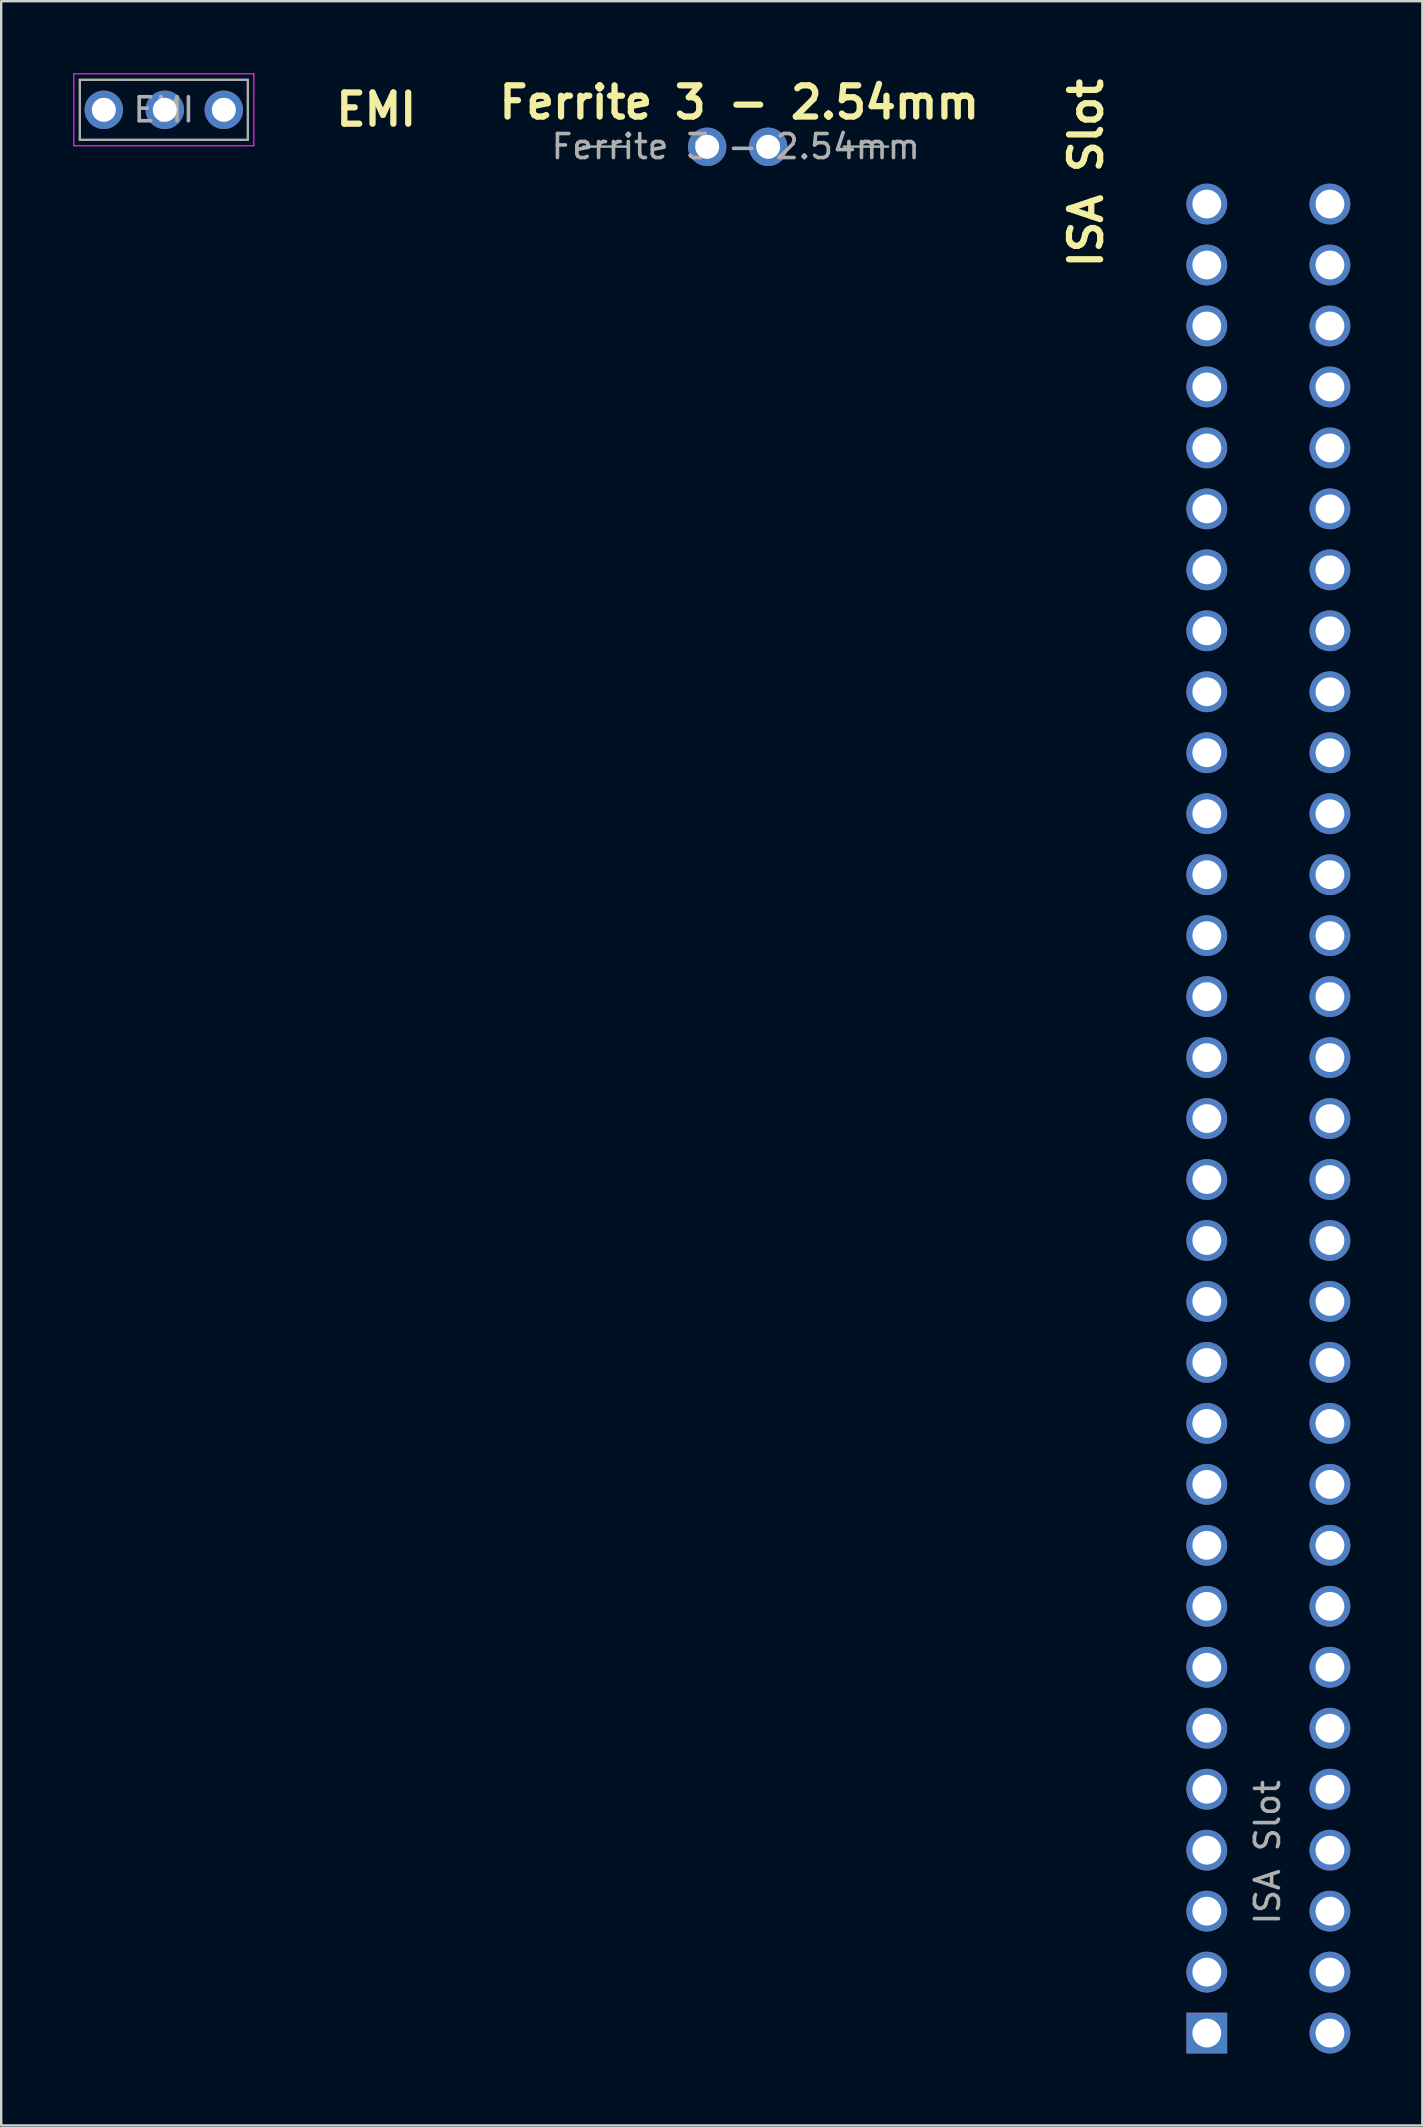
<source format=kicad_pcb>
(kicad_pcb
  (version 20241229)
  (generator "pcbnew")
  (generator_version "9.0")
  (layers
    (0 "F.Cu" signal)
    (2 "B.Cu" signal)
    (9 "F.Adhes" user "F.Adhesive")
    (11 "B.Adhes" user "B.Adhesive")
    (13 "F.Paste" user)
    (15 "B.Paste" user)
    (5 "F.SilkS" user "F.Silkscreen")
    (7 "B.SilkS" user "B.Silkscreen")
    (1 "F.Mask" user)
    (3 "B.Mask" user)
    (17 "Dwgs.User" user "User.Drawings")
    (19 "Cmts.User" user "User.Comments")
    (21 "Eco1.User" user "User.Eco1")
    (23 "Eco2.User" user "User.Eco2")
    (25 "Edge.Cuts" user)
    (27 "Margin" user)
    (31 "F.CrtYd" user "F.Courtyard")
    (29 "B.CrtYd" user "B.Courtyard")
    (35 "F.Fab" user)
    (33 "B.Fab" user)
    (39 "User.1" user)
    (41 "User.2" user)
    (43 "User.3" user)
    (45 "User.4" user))
  (footprint "EMI"
    (layer "F.Cu")
    (at 3.835 1.495)
    (property "Reference" "EMI" (at 8.79 0.02 0) (layer "F.SilkS") (effects (font (size 1.3 1.3) (thickness 0.26) (bold yes))))
    (attr through_hole)
    (fp_line (start -3.81 -1.47) (end -3.81 1.53) (stroke (width 0.05) (type solid)) (layer "F.CrtYd"))
    (fp_line (start -3.81 1.53) (end 3.69 1.53) (stroke (width 0.05) (type solid)) (layer "F.CrtYd"))
    (fp_line (start 3.69 -1.47) (end -3.81 -1.47) (stroke (width 0.05) (type solid)) (layer "F.CrtYd"))
    (fp_line (start 3.69 1.53) (end 3.69 -1.47) (stroke (width 0.05) (type solid)) (layer "F.CrtYd"))
    (fp_line (start -3.56 -1.22) (end -3.56 1.28) (stroke (width 0.1) (type solid)) (layer "F.Fab"))
    (fp_line (start -3.56 1.28) (end 3.44 1.28) (stroke (width 0.1) (type solid)) (layer "F.Fab"))
    (fp_line (start 3.44 -1.22) (end -3.56 -1.22) (stroke (width 0.1) (type solid)) (layer "F.Fab"))
    (fp_line (start 3.44 1.28) (end 3.44 -1.22) (stroke (width 0.1) (type solid)) (layer "F.Fab"))
    (fp_text user "${REFERENCE}" (at -0.06 0.03 0) (layer "F.Fab") (effects (font (size 1 1) (thickness 0.15))))
    (pad "1" thru_hole circle (at -2.56 0.03) (size 1.6 1.6) (drill 1) (layers "*.Cu" "*.Mask"))
    (pad "2" thru_hole circle (at -0.02 0.03) (size 1.6 1.6) (drill 1) (layers "*.Cu" "*.Mask"))
    (pad "3" thru_hole circle (at 2.44 0.03) (size 1.6 1.6) (drill 1) (layers "*.Cu" "*.Mask")))
  (footprint "Ferrite 3 - 2.54mm"
    (layer "F.Cu")
    (at 27.632 3.047)
    (property "Reference" "Ferrite 3 - 2.54mm" (at 0.12 -1.83 180) (layer "F.SilkS") (effects (font (size 1.3 1.3) (thickness 0.26) (bold yes))))
    (attr through_hole)
    (fp_line (start -6.38 0.01) (end -4.53 0.01) (stroke (width 0.1) (type solid)) (layer "F.Fab"))
    (fp_line (start 6.32 0.01) (end 4.47 0.01) (stroke (width 0.1) (type solid)) (layer "F.Fab"))
    (fp_text user "${REFERENCE}" (at -0.03 0.01 180) (layer "F.Fab") (effects (font (size 1 1) (thickness 0.15))))
    (pad "1" thru_hole circle (at -1.22 0.02) (size 1.6 1.6) (drill 1) (layers "*.Cu" "*.Mask"))
    (pad "2" thru_hole oval (at 1.32 0.02) (size 1.6 1.6) (drill 1) (layers "*.Cu" "*.Mask")))
  (footprint "ISA Slot"
    (layer "F.Cu")
    (at 47.136 5.49)
    (property "Reference" "ISA Slot" (at -4.94 -1.33 270) (layer "F.SilkS") (effects (font (size 1.3 1.3) (thickness 0.26) (bold yes))))
    (attr through_hole)
    (fp_text user "${REFERENCE}" (at 2.62 68.63 270) (layer "F.Fab") (effects (font (size 1 1) (thickness 0.15))))
    (pad "1" thru_hole oval (at 5.22 76.16) (size 1.7 1.7) (drill 1.2) (layers "*.Cu" "*.Mask"))
    (pad "2" thru_hole oval (at 5.22 73.62) (size 1.7 1.7) (drill 1.2) (layers "*.Cu" "*.Mask"))
    (pad "3" thru_hole oval (at 5.22 71.08) (size 1.7 1.7) (drill 1.2) (layers "*.Cu" "*.Mask"))
    (pad "4" thru_hole oval (at 5.22 68.54) (size 1.7 1.7) (drill 1.2) (layers "*.Cu" "*.Mask"))
    (pad "5" thru_hole oval (at 5.22 66) (size 1.7 1.7) (drill 1.2) (layers "*.Cu" "*.Mask"))
    (pad "6" thru_hole oval (at 5.22 63.46) (size 1.7 1.7) (drill 1.2) (layers "*.Cu" "*.Mask"))
    (pad "7" thru_hole oval (at 5.22 60.92) (size 1.7 1.7) (drill 1.2) (layers "*.Cu" "*.Mask"))
    (pad "8" thru_hole oval (at 5.22 58.38) (size 1.7 1.7) (drill 1.2) (layers "*.Cu" "*.Mask"))
    (pad "9" thru_hole oval (at 5.22 55.84) (size 1.7 1.7) (drill 1.2) (layers "*.Cu" "*.Mask"))
    (pad "10" thru_hole oval (at 5.22 53.3) (size 1.7 1.7) (drill 1.2) (layers "*.Cu" "*.Mask"))
    (pad "11" thru_hole oval (at 5.22 50.76) (size 1.7 1.7) (drill 1.2) (layers "*.Cu" "*.Mask"))
    (pad "12" thru_hole oval (at 5.22 48.22) (size 1.7 1.7) (drill 1.2) (layers "*.Cu" "*.Mask"))
    (pad "13" thru_hole oval (at 5.22 45.68) (size 1.7 1.7) (drill 1.2) (layers "*.Cu" "*.Mask"))
    (pad "14" thru_hole oval (at 5.22 43.14) (size 1.7 1.7) (drill 1.2) (layers "*.Cu" "*.Mask"))
    (pad "15" thru_hole oval (at 5.22 40.6) (size 1.7 1.7) (drill 1.2) (layers "*.Cu" "*.Mask"))
    (pad "16" thru_hole oval (at 5.22 38.06) (size 1.7 1.7) (drill 1.2) (layers "*.Cu" "*.Mask"))
    (pad "17" thru_hole oval (at 5.22 35.52) (size 1.7 1.7) (drill 1.2) (layers "*.Cu" "*.Mask"))
    (pad "18" thru_hole oval (at 5.22 32.98) (size 1.7 1.7) (drill 1.2) (layers "*.Cu" "*.Mask"))
    (pad "19" thru_hole oval (at 5.22 30.44) (size 1.7 1.7) (drill 1.2) (layers "*.Cu" "*.Mask"))
    (pad "20" thru_hole oval (at 5.22 27.9) (size 1.7 1.7) (drill 1.2) (layers "*.Cu" "*.Mask"))
    (pad "21" thru_hole oval (at 5.22 25.36) (size 1.7 1.7) (drill 1.2) (layers "*.Cu" "*.Mask"))
    (pad "22" thru_hole oval (at 5.22 22.82) (size 1.7 1.7) (drill 1.2) (layers "*.Cu" "*.Mask"))
    (pad "23" thru_hole oval (at 5.22 20.28) (size 1.7 1.7) (drill 1.2) (layers "*.Cu" "*.Mask"))
    (pad "24" thru_hole oval (at 5.22 17.74) (size 1.7 1.7) (drill 1.2) (layers "*.Cu" "*.Mask"))
    (pad "25" thru_hole oval (at 5.22 15.2) (size 1.7 1.7) (drill 1.2) (layers "*.Cu" "*.Mask"))
    (pad "26" thru_hole oval (at 5.22 12.66) (size 1.7 1.7) (drill 1.2) (layers "*.Cu" "*.Mask"))
    (pad "27" thru_hole oval (at 5.22 10.12) (size 1.7 1.7) (drill 1.2) (layers "*.Cu" "*.Mask"))
    (pad "28" thru_hole oval (at 5.22 7.58) (size 1.7 1.7) (drill 1.2) (layers "*.Cu" "*.Mask"))
    (pad "29" thru_hole oval (at 5.22 5.04) (size 1.7 1.7) (drill 1.2) (layers "*.Cu" "*.Mask"))
    (pad "30" thru_hole oval (at 5.22 2.5) (size 1.7 1.7) (drill 1.2) (layers "*.Cu" "*.Mask"))
    (pad "31" thru_hole oval (at 5.22 -0.04) (size 1.7 1.7) (drill 1.2) (layers "*.Cu" "*.Mask"))
    (pad "32" thru_hole rect (at 0.09 76.16) (size 1.7 1.7) (drill 1.2) (layers "*.Cu" "*.Mask"))
    (pad "33" thru_hole oval (at 0.09 73.62) (size 1.7 1.7) (drill 1.2) (layers "*.Cu" "*.Mask"))
    (pad "34" thru_hole oval (at 0.09 71.08) (size 1.7 1.7) (drill 1.2) (layers "*.Cu" "*.Mask"))
    (pad "35" thru_hole oval (at 0.09 68.54) (size 1.7 1.7) (drill 1.2) (layers "*.Cu" "*.Mask"))
    (pad "36" thru_hole oval (at 0.09 66) (size 1.7 1.7) (drill 1.2) (layers "*.Cu" "*.Mask"))
    (pad "37" thru_hole oval (at 0.09 63.46) (size 1.7 1.7) (drill 1.2) (layers "*.Cu" "*.Mask"))
    (pad "38" thru_hole oval (at 0.09 60.92) (size 1.7 1.7) (drill 1.2) (layers "*.Cu" "*.Mask"))
    (pad "39" thru_hole oval (at 0.09 58.38) (size 1.7 1.7) (drill 1.2) (layers "*.Cu" "*.Mask"))
    (pad "40" thru_hole oval (at 0.09 55.84) (size 1.7 1.7) (drill 1.2) (layers "*.Cu" "*.Mask"))
    (pad "41" thru_hole oval (at 0.09 53.3) (size 1.7 1.7) (drill 1.2) (layers "*.Cu" "*.Mask"))
    (pad "42" thru_hole oval (at 0.09 50.76) (size 1.7 1.7) (drill 1.2) (layers "*.Cu" "*.Mask"))
    (pad "43" thru_hole oval (at 0.09 48.22) (size 1.7 1.7) (drill 1.2) (layers "*.Cu" "*.Mask"))
    (pad "44" thru_hole oval (at 0.09 45.68) (size 1.7 1.7) (drill 1.2) (layers "*.Cu" "*.Mask"))
    (pad "45" thru_hole oval (at 0.09 43.14) (size 1.7 1.7) (drill 1.2) (layers "*.Cu" "*.Mask"))
    (pad "46" thru_hole oval (at 0.09 40.6) (size 1.7 1.7) (drill 1.2) (layers "*.Cu" "*.Mask"))
    (pad "47" thru_hole oval (at 0.09 38.06) (size 1.7 1.7) (drill 1.2) (layers "*.Cu" "*.Mask"))
    (pad "48" thru_hole oval (at 0.09 35.52) (size 1.7 1.7) (drill 1.2) (layers "*.Cu" "*.Mask"))
    (pad "49" thru_hole oval (at 0.09 32.98) (size 1.7 1.7) (drill 1.2) (layers "*.Cu" "*.Mask"))
    (pad "50" thru_hole oval (at 0.09 30.44) (size 1.7 1.7) (drill 1.2) (layers "*.Cu" "*.Mask"))
    (pad "51" thru_hole oval (at 0.09 27.9) (size 1.7 1.7) (drill 1.2) (layers "*.Cu" "*.Mask"))
    (pad "52" thru_hole oval (at 0.09 25.36) (size 1.7 1.7) (drill 1.2) (layers "*.Cu" "*.Mask"))
    (pad "53" thru_hole oval (at 0.09 22.82) (size 1.7 1.7) (drill 1.2) (layers "*.Cu" "*.Mask"))
    (pad "54" thru_hole oval (at 0.09 20.28) (size 1.7 1.7) (drill 1.2) (layers "*.Cu" "*.Mask"))
    (pad "55" thru_hole oval (at 0.09 17.74) (size 1.7 1.7) (drill 1.2) (layers "*.Cu" "*.Mask"))
    (pad "56" thru_hole oval (at 0.09 15.2) (size 1.7 1.7) (drill 1.2) (layers "*.Cu" "*.Mask"))
    (pad "57" thru_hole oval (at 0.09 12.66) (size 1.7 1.7) (drill 1.2) (layers "*.Cu" "*.Mask"))
    (pad "58" thru_hole oval (at 0.09 10.12) (size 1.7 1.7) (drill 1.2) (layers "*.Cu" "*.Mask"))
    (pad "59" thru_hole oval (at 0.09 7.58) (size 1.7 1.7) (drill 1.2) (layers "*.Cu" "*.Mask"))
    (pad "60" thru_hole oval (at 0.09 5.04) (size 1.7 1.7) (drill 1.2) (layers "*.Cu" "*.Mask"))
    (pad "61" thru_hole oval (at 0.09 2.5) (size 1.7 1.7) (drill 1.2) (layers "*.Cu" "*.Mask"))
    (pad "62" thru_hole oval (at 0.09 -0.04) (size 1.7 1.7) (drill 1.2) (layers "*.Cu" "*.Mask")))
  (gr_rect
    (start -3 -3)
    (end 56.206 85.5)
    (stroke (width 0.1) (type default))
    (fill no)
    (layer "Edge.Cuts")))
</source>
